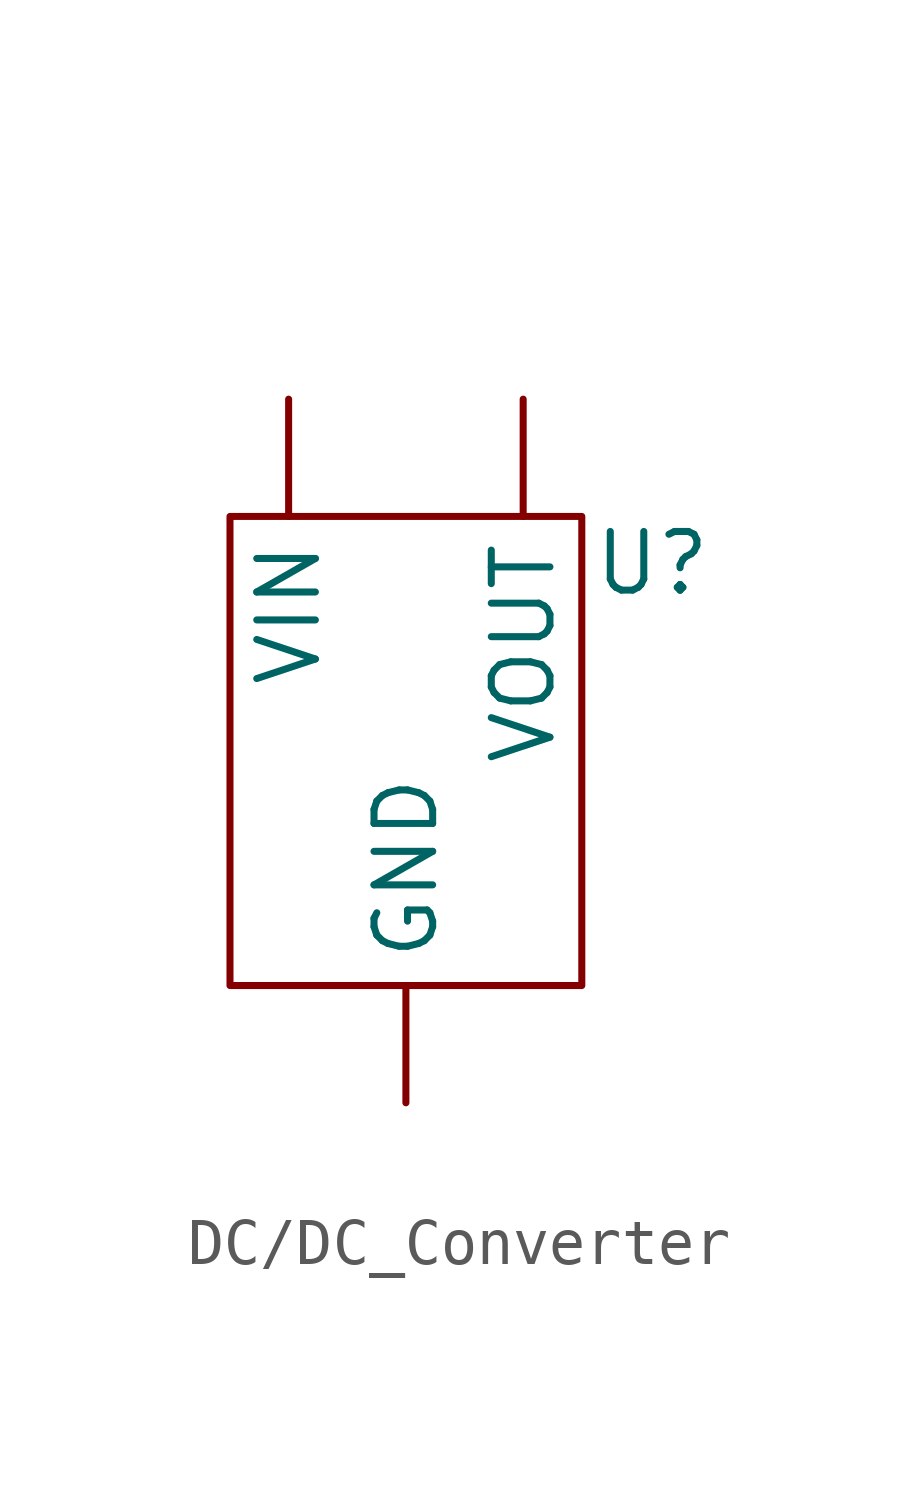
<source format=kicad_sym>
(kicad_symbol_lib
  (version 20231120)
  (generator "kicad_symbol_editor")
  (generator_version "8.0")
  (symbol "DC/DC_Converter"
    (property "Reference" "U"
      (at 5.334 4.064 0)
      (effects (font (size 1.27 1.27))))
    (property "Value" ""
      (at 1.27 10.16 0)
      (effects (font (size 1.27 1.27))))
    (symbol "DC/DC_Converter_0_1"
      (rectangle (start -3.81 5.08) (end 3.81 -5.08) (stroke (width 0) (type default)) (fill (type none))))
    (symbol "DC/DC_Converter_1_1"
      (pin passive line (at 0 -7.62 90) (length 2.54) (name "GND" (effects (font (size 1.27 1.27)))) (number "" (effects (font (size 1.27 1.27)))))
      (pin power_in line (at -2.54 7.62 270) (length 2.54) (name "VIN" (effects (font (size 1.27 1.27)))) (number "" (effects (font (size 1.27 1.27)))))
      (pin power_out line (at 2.54 7.62 270) (length 2.54) (name "VOUT" (effects (font (size 1.27 1.27)))) (number "" (effects (font (size 1.27 1.27))))))))
</source>
